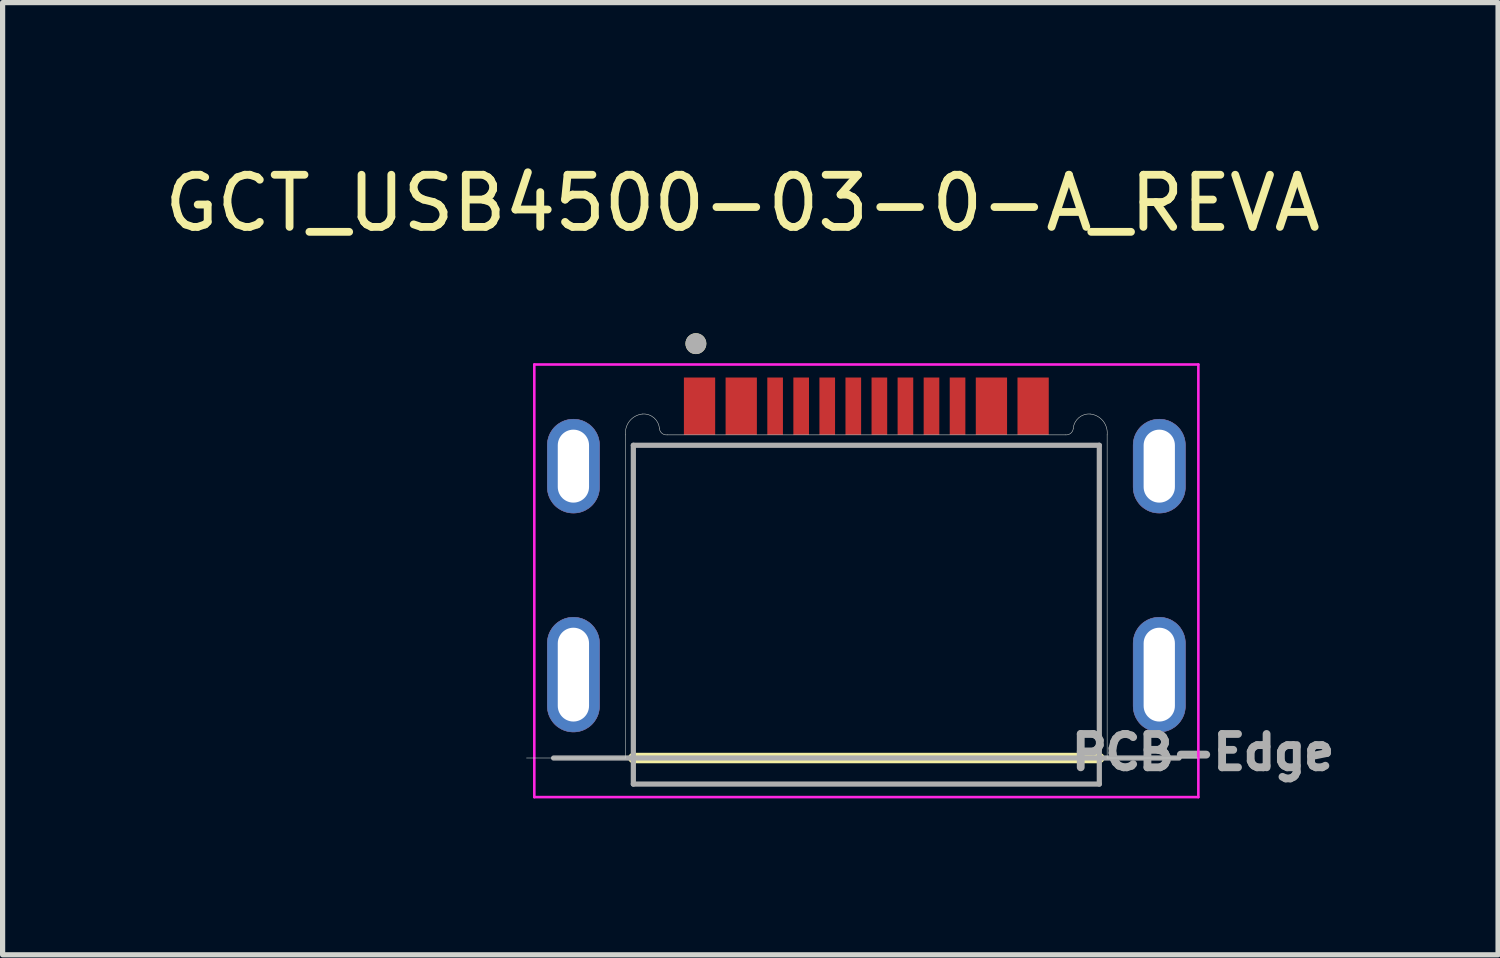
<source format=kicad_pcb>
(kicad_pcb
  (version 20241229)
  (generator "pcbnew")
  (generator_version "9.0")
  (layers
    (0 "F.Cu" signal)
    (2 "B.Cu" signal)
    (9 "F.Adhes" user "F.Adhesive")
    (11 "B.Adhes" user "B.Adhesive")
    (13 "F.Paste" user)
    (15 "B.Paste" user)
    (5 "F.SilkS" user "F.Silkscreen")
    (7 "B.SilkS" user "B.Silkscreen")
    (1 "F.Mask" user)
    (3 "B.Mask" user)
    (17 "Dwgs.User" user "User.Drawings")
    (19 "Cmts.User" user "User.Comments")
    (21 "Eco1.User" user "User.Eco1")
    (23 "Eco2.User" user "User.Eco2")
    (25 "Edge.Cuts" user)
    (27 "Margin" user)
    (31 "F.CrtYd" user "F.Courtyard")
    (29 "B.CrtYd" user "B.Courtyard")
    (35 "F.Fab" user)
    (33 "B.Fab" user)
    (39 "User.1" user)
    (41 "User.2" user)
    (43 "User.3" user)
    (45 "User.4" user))
  (footprint "GCT_USB4500-03-0-A_REVA"
    (layer "F.Cu")
    (at 13.571 9.893)
    (property "Reference" "GCT_USB4500-03-0-A_REVA" (at -2.375 -9.045 0) (layer "F.SilkS") (effects (font (size 1 1) (thickness 0.15))))
    (attr through_hole)
    (fp_poly (pts (xy -5.62 -3.1) (xy -5.646 -3.101) (xy -5.672 -3.103) (xy -5.698 -3.106) (xy -5.724 -3.111) (xy -5.749 -3.117) (xy -5.775 -3.124) (xy -5.799 -3.133) (xy -5.823 -3.143) (xy -5.847 -3.154) (xy -5.87 -3.167) (xy -5.892 -3.181) (xy -5.914 -3.195) (xy -5.935 -3.211) (xy -5.955 -3.228) (xy -5.974 -3.246) (xy -5.992 -3.265) (xy -6.009 -3.285) (xy -6.025 -3.306) (xy -6.039 -3.328) (xy -6.053 -3.35) (xy -6.066 -3.373) (xy -6.077 -3.397) (xy -6.087 -3.421) (xy -6.096 -3.445) (xy -6.103 -3.471) (xy -6.109 -3.496) (xy -6.114 -3.522) (xy -6.117 -3.548) (xy -6.119 -3.574) (xy -6.12 -3.6) (xy -6.12 -4.4) (xy -6.119 -4.426) (xy -6.117 -4.452) (xy -6.114 -4.478) (xy -6.109 -4.504) (xy -6.103 -4.529) (xy -6.096 -4.555) (xy -6.087 -4.579) (xy -6.077 -4.603) (xy -6.066 -4.627) (xy -6.053 -4.65) (xy -6.039 -4.672) (xy -6.025 -4.694) (xy -6.009 -4.715) (xy -5.992 -4.735) (xy -5.974 -4.754) (xy -5.955 -4.772) (xy -5.935 -4.789) (xy -5.914 -4.805) (xy -5.892 -4.819) (xy -5.87 -4.833) (xy -5.847 -4.846) (xy -5.823 -4.857) (xy -5.799 -4.867) (xy -5.775 -4.876) (xy -5.749 -4.883) (xy -5.724 -4.889) (xy -5.698 -4.894) (xy -5.672 -4.897) (xy -5.646 -4.899) (xy -5.62 -4.9) (xy -5.594 -4.899) (xy -5.568 -4.897) (xy -5.542 -4.894) (xy -5.516 -4.889) (xy -5.491 -4.883) (xy -5.465 -4.876) (xy -5.441 -4.867) (xy -5.417 -4.857) (xy -5.393 -4.846) (xy -5.37 -4.833) (xy -5.348 -4.819) (xy -5.326 -4.805) (xy -5.305 -4.789) (xy -5.285 -4.772) (xy -5.266 -4.754) (xy -5.248 -4.735) (xy -5.231 -4.715) (xy -5.215 -4.694) (xy -5.201 -4.672) (xy -5.187 -4.65) (xy -5.174 -4.627) (xy -5.163 -4.603) (xy -5.153 -4.579) (xy -5.144 -4.555) (xy -5.137 -4.529) (xy -5.131 -4.504) (xy -5.126 -4.478) (xy -5.123 -4.452) (xy -5.121 -4.426) (xy -5.12 -4.4) (xy -5.12 -3.6) (xy -5.121 -3.574) (xy -5.123 -3.548) (xy -5.126 -3.522) (xy -5.131 -3.496) (xy -5.137 -3.471) (xy -5.144 -3.445) (xy -5.153 -3.421) (xy -5.163 -3.397) (xy -5.174 -3.373) (xy -5.187 -3.35) (xy -5.201 -3.328) (xy -5.215 -3.306) (xy -5.231 -3.285) (xy -5.248 -3.265) (xy -5.266 -3.246) (xy -5.285 -3.228) (xy -5.305 -3.211) (xy -5.326 -3.195) (xy -5.348 -3.181) (xy -5.37 -3.167) (xy -5.393 -3.154) (xy -5.417 -3.143) (xy -5.441 -3.133) (xy -5.465 -3.124) (xy -5.491 -3.117) (xy -5.516 -3.111) (xy -5.542 -3.106) (xy -5.568 -3.103) (xy -5.594 -3.101) (xy -5.62 -3.1)) (stroke (width 0.01) (type solid)) (fill yes) (layer "F.Cu"))
    (fp_poly (pts (xy -5.62 1.1) (xy -5.646 1.099) (xy -5.672 1.097) (xy -5.698 1.094) (xy -5.724 1.089) (xy -5.749 1.083) (xy -5.775 1.076) (xy -5.799 1.067) (xy -5.823 1.057) (xy -5.847 1.046) (xy -5.87 1.033) (xy -5.892 1.019) (xy -5.914 1.005) (xy -5.935 0.989) (xy -5.955 0.972) (xy -5.974 0.954) (xy -5.992 0.935) (xy -6.009 0.915) (xy -6.025 0.894) (xy -6.039 0.872) (xy -6.053 0.85) (xy -6.066 0.827) (xy -6.077 0.803) (xy -6.087 0.779) (xy -6.096 0.755) (xy -6.103 0.729) (xy -6.109 0.704) (xy -6.114 0.678) (xy -6.117 0.652) (xy -6.119 0.626) (xy -6.12 0.6) (xy -6.12 -0.6) (xy -6.119 -0.626) (xy -6.117 -0.652) (xy -6.114 -0.678) (xy -6.109 -0.704) (xy -6.103 -0.729) (xy -6.096 -0.755) (xy -6.087 -0.779) (xy -6.077 -0.803) (xy -6.066 -0.827) (xy -6.053 -0.85) (xy -6.039 -0.872) (xy -6.025 -0.894) (xy -6.009 -0.915) (xy -5.992 -0.935) (xy -5.974 -0.954) (xy -5.955 -0.972) (xy -5.935 -0.989) (xy -5.914 -1.005) (xy -5.892 -1.019) (xy -5.87 -1.033) (xy -5.847 -1.046) (xy -5.823 -1.057) (xy -5.799 -1.067) (xy -5.775 -1.076) (xy -5.749 -1.083) (xy -5.724 -1.089) (xy -5.698 -1.094) (xy -5.672 -1.097) (xy -5.646 -1.099) (xy -5.62 -1.1) (xy -5.594 -1.099) (xy -5.568 -1.097) (xy -5.542 -1.094) (xy -5.516 -1.089) (xy -5.491 -1.083) (xy -5.465 -1.076) (xy -5.441 -1.067) (xy -5.417 -1.057) (xy -5.393 -1.046) (xy -5.37 -1.033) (xy -5.348 -1.019) (xy -5.326 -1.005) (xy -5.305 -0.989) (xy -5.285 -0.972) (xy -5.266 -0.954) (xy -5.248 -0.935) (xy -5.231 -0.915) (xy -5.215 -0.894) (xy -5.201 -0.872) (xy -5.187 -0.85) (xy -5.174 -0.827) (xy -5.163 -0.803) (xy -5.153 -0.779) (xy -5.144 -0.755) (xy -5.137 -0.729) (xy -5.131 -0.704) (xy -5.126 -0.678) (xy -5.123 -0.652) (xy -5.121 -0.626) (xy -5.12 -0.6) (xy -5.12 0.6) (xy -5.121 0.626) (xy -5.123 0.652) (xy -5.126 0.678) (xy -5.131 0.704) (xy -5.137 0.729) (xy -5.144 0.755) (xy -5.153 0.779) (xy -5.163 0.803) (xy -5.174 0.827) (xy -5.187 0.85) (xy -5.201 0.872) (xy -5.215 0.894) (xy -5.231 0.915) (xy -5.248 0.935) (xy -5.266 0.954) (xy -5.285 0.972) (xy -5.305 0.989) (xy -5.326 1.005) (xy -5.348 1.019) (xy -5.37 1.033) (xy -5.393 1.046) (xy -5.417 1.057) (xy -5.441 1.067) (xy -5.465 1.076) (xy -5.491 1.083) (xy -5.516 1.089) (xy -5.542 1.094) (xy -5.568 1.097) (xy -5.594 1.099) (xy -5.62 1.1)) (stroke (width 0.01) (type solid)) (fill yes) (layer "F.Cu"))
    (fp_poly (pts (xy 5.62 -3.1) (xy 5.594 -3.101) (xy 5.568 -3.103) (xy 5.542 -3.106) (xy 5.516 -3.111) (xy 5.491 -3.117) (xy 5.465 -3.124) (xy 5.441 -3.133) (xy 5.417 -3.143) (xy 5.393 -3.154) (xy 5.37 -3.167) (xy 5.348 -3.181) (xy 5.326 -3.195) (xy 5.305 -3.211) (xy 5.285 -3.228) (xy 5.266 -3.246) (xy 5.248 -3.265) (xy 5.231 -3.285) (xy 5.215 -3.306) (xy 5.201 -3.328) (xy 5.187 -3.35) (xy 5.174 -3.373) (xy 5.163 -3.397) (xy 5.153 -3.421) (xy 5.144 -3.445) (xy 5.137 -3.471) (xy 5.131 -3.496) (xy 5.126 -3.522) (xy 5.123 -3.548) (xy 5.121 -3.574) (xy 5.12 -3.6) (xy 5.12 -4.4) (xy 5.121 -4.426) (xy 5.123 -4.452) (xy 5.126 -4.478) (xy 5.131 -4.504) (xy 5.137 -4.529) (xy 5.144 -4.555) (xy 5.153 -4.579) (xy 5.163 -4.603) (xy 5.174 -4.627) (xy 5.187 -4.65) (xy 5.201 -4.672) (xy 5.215 -4.694) (xy 5.231 -4.715) (xy 5.248 -4.735) (xy 5.266 -4.754) (xy 5.285 -4.772) (xy 5.305 -4.789) (xy 5.326 -4.805) (xy 5.348 -4.819) (xy 5.37 -4.833) (xy 5.393 -4.846) (xy 5.417 -4.857) (xy 5.441 -4.867) (xy 5.465 -4.876) (xy 5.491 -4.883) (xy 5.516 -4.889) (xy 5.542 -4.894) (xy 5.568 -4.897) (xy 5.594 -4.899) (xy 5.62 -4.9) (xy 5.646 -4.899) (xy 5.672 -4.897) (xy 5.698 -4.894) (xy 5.724 -4.889) (xy 5.749 -4.883) (xy 5.775 -4.876) (xy 5.799 -4.867) (xy 5.823 -4.857) (xy 5.847 -4.846) (xy 5.87 -4.833) (xy 5.892 -4.819) (xy 5.914 -4.805) (xy 5.935 -4.789) (xy 5.955 -4.772) (xy 5.974 -4.754) (xy 5.992 -4.735) (xy 6.009 -4.715) (xy 6.025 -4.694) (xy 6.039 -4.672) (xy 6.053 -4.65) (xy 6.066 -4.627) (xy 6.077 -4.603) (xy 6.087 -4.579) (xy 6.096 -4.555) (xy 6.103 -4.529) (xy 6.109 -4.504) (xy 6.114 -4.478) (xy 6.117 -4.452) (xy 6.119 -4.426) (xy 6.12 -4.4) (xy 6.12 -3.6) (xy 6.119 -3.574) (xy 6.117 -3.548) (xy 6.114 -3.522) (xy 6.109 -3.496) (xy 6.103 -3.471) (xy 6.096 -3.445) (xy 6.087 -3.421) (xy 6.077 -3.397) (xy 6.066 -3.373) (xy 6.053 -3.35) (xy 6.039 -3.328) (xy 6.025 -3.306) (xy 6.009 -3.285) (xy 5.992 -3.265) (xy 5.974 -3.246) (xy 5.955 -3.228) (xy 5.935 -3.211) (xy 5.914 -3.195) (xy 5.892 -3.181) (xy 5.87 -3.167) (xy 5.847 -3.154) (xy 5.823 -3.143) (xy 5.799 -3.133) (xy 5.775 -3.124) (xy 5.749 -3.117) (xy 5.724 -3.111) (xy 5.698 -3.106) (xy 5.672 -3.103) (xy 5.646 -3.101) (xy 5.62 -3.1)) (stroke (width 0.01) (type solid)) (fill yes) (layer "F.Cu"))
    (fp_poly (pts (xy 5.62 1.1) (xy 5.594 1.099) (xy 5.568 1.097) (xy 5.542 1.094) (xy 5.516 1.089) (xy 5.491 1.083) (xy 5.465 1.076) (xy 5.441 1.067) (xy 5.417 1.057) (xy 5.393 1.046) (xy 5.37 1.033) (xy 5.348 1.019) (xy 5.326 1.005) (xy 5.305 0.989) (xy 5.285 0.972) (xy 5.266 0.954) (xy 5.248 0.935) (xy 5.231 0.915) (xy 5.215 0.894) (xy 5.201 0.872) (xy 5.187 0.85) (xy 5.174 0.827) (xy 5.163 0.803) (xy 5.153 0.779) (xy 5.144 0.755) (xy 5.137 0.729) (xy 5.131 0.704) (xy 5.126 0.678) (xy 5.123 0.652) (xy 5.121 0.626) (xy 5.12 0.6) (xy 5.12 -0.6) (xy 5.121 -0.626) (xy 5.123 -0.652) (xy 5.126 -0.678) (xy 5.131 -0.704) (xy 5.137 -0.729) (xy 5.144 -0.755) (xy 5.153 -0.779) (xy 5.163 -0.803) (xy 5.174 -0.827) (xy 5.187 -0.85) (xy 5.201 -0.872) (xy 5.215 -0.894) (xy 5.231 -0.915) (xy 5.248 -0.935) (xy 5.266 -0.954) (xy 5.285 -0.972) (xy 5.305 -0.989) (xy 5.326 -1.005) (xy 5.348 -1.019) (xy 5.37 -1.033) (xy 5.393 -1.046) (xy 5.417 -1.057) (xy 5.441 -1.067) (xy 5.465 -1.076) (xy 5.491 -1.083) (xy 5.516 -1.089) (xy 5.542 -1.094) (xy 5.568 -1.097) (xy 5.594 -1.099) (xy 5.62 -1.1) (xy 5.646 -1.099) (xy 5.672 -1.097) (xy 5.698 -1.094) (xy 5.724 -1.089) (xy 5.749 -1.083) (xy 5.775 -1.076) (xy 5.799 -1.067) (xy 5.823 -1.057) (xy 5.847 -1.046) (xy 5.87 -1.033) (xy 5.892 -1.019) (xy 5.914 -1.005) (xy 5.935 -0.989) (xy 5.955 -0.972) (xy 5.974 -0.954) (xy 5.992 -0.935) (xy 6.009 -0.915) (xy 6.025 -0.894) (xy 6.039 -0.872) (xy 6.053 -0.85) (xy 6.066 -0.827) (xy 6.077 -0.803) (xy 6.087 -0.779) (xy 6.096 -0.755) (xy 6.103 -0.729) (xy 6.109 -0.704) (xy 6.114 -0.678) (xy 6.117 -0.652) (xy 6.119 -0.626) (xy 6.12 -0.6) (xy 6.12 0.6) (xy 6.119 0.626) (xy 6.117 0.652) (xy 6.114 0.678) (xy 6.109 0.704) (xy 6.103 0.729) (xy 6.096 0.755) (xy 6.087 0.779) (xy 6.077 0.803) (xy 6.066 0.827) (xy 6.053 0.85) (xy 6.039 0.872) (xy 6.025 0.894) (xy 6.009 0.915) (xy 5.992 0.935) (xy 5.974 0.954) (xy 5.955 0.972) (xy 5.935 0.989) (xy 5.914 1.005) (xy 5.892 1.019) (xy 5.87 1.033) (xy 5.847 1.046) (xy 5.823 1.057) (xy 5.799 1.067) (xy 5.775 1.076) (xy 5.749 1.083) (xy 5.724 1.089) (xy 5.698 1.094) (xy 5.672 1.097) (xy 5.646 1.099) (xy 5.62 1.1)) (stroke (width 0.01) (type solid)) (fill yes) (layer "F.Cu"))
    (fp_poly (pts (xy -6.22 -3.6) (xy -6.22 -4.4) (xy -6.219 -4.431) (xy -6.217 -4.463) (xy -6.213 -4.494) (xy -6.207 -4.525) (xy -6.2 -4.555) (xy -6.191 -4.585) (xy -6.18 -4.615) (xy -6.168 -4.644) (xy -6.155 -4.672) (xy -6.14 -4.7) (xy -6.123 -4.727) (xy -6.105 -4.753) (xy -6.086 -4.778) (xy -6.066 -4.801) (xy -6.044 -4.824) (xy -6.021 -4.846) (xy -5.998 -4.866) (xy -5.973 -4.885) (xy -5.947 -4.903) (xy -5.92 -4.92) (xy -5.892 -4.935) (xy -5.864 -4.948) (xy -5.835 -4.96) (xy -5.805 -4.971) (xy -5.775 -4.98) (xy -5.745 -4.987) (xy -5.714 -4.993) (xy -5.683 -4.997) (xy -5.651 -4.999) (xy -5.62 -5) (xy -5.589 -4.999) (xy -5.557 -4.997) (xy -5.526 -4.993) (xy -5.495 -4.987) (xy -5.465 -4.98) (xy -5.435 -4.971) (xy -5.405 -4.96) (xy -5.376 -4.948) (xy -5.348 -4.935) (xy -5.32 -4.92) (xy -5.293 -4.903) (xy -5.267 -4.885) (xy -5.242 -4.866) (xy -5.219 -4.846) (xy -5.196 -4.824) (xy -5.174 -4.801) (xy -5.154 -4.778) (xy -5.135 -4.753) (xy -5.117 -4.727) (xy -5.1 -4.7) (xy -5.085 -4.672) (xy -5.072 -4.644) (xy -5.06 -4.615) (xy -5.049 -4.585) (xy -5.04 -4.555) (xy -5.033 -4.525) (xy -5.027 -4.494) (xy -5.023 -4.463) (xy -5.021 -4.431) (xy -5.02 -4.4) (xy -5.02 -3.6) (xy -5.021 -3.569) (xy -5.023 -3.537) (xy -5.027 -3.506) (xy -5.033 -3.475) (xy -5.04 -3.445) (xy -5.049 -3.415) (xy -5.06 -3.385) (xy -5.072 -3.356) (xy -5.085 -3.328) (xy -5.1 -3.3) (xy -5.117 -3.273) (xy -5.135 -3.247) (xy -5.154 -3.222) (xy -5.174 -3.199) (xy -5.196 -3.176) (xy -5.219 -3.154) (xy -5.242 -3.134) (xy -5.267 -3.115) (xy -5.293 -3.097) (xy -5.32 -3.08) (xy -5.348 -3.065) (xy -5.376 -3.052) (xy -5.405 -3.04) (xy -5.435 -3.029) (xy -5.465 -3.02) (xy -5.495 -3.013) (xy -5.526 -3.007) (xy -5.557 -3.003) (xy -5.589 -3.001) (xy -5.62 -3) (xy -5.651 -3.001) (xy -5.683 -3.003) (xy -5.714 -3.007) (xy -5.745 -3.013) (xy -5.775 -3.02) (xy -5.805 -3.029) (xy -5.835 -3.04) (xy -5.864 -3.052) (xy -5.892 -3.065) (xy -5.92 -3.08) (xy -5.947 -3.097) (xy -5.973 -3.115) (xy -5.998 -3.134) (xy -6.021 -3.154) (xy -6.044 -3.176) (xy -6.066 -3.199) (xy -6.086 -3.222) (xy -6.105 -3.247) (xy -6.123 -3.273) (xy -6.14 -3.3) (xy -6.155 -3.328) (xy -6.168 -3.356) (xy -6.18 -3.385) (xy -6.191 -3.415) (xy -6.2 -3.445) (xy -6.207 -3.475) (xy -6.213 -3.506) (xy -6.217 -3.537) (xy -6.219 -3.569) (xy -6.22 -3.6)) (stroke (width 0.01) (type solid)) (fill yes) (layer "F.Mask"))
    (fp_poly (pts (xy -6.22 0.6) (xy -6.22 -0.6) (xy -6.219 -0.631) (xy -6.217 -0.663) (xy -6.213 -0.694) (xy -6.207 -0.725) (xy -6.2 -0.755) (xy -6.191 -0.785) (xy -6.18 -0.815) (xy -6.168 -0.844) (xy -6.155 -0.872) (xy -6.14 -0.9) (xy -6.123 -0.927) (xy -6.105 -0.953) (xy -6.086 -0.978) (xy -6.066 -1.001) (xy -6.044 -1.024) (xy -6.021 -1.046) (xy -5.998 -1.066) (xy -5.973 -1.085) (xy -5.947 -1.103) (xy -5.92 -1.12) (xy -5.892 -1.135) (xy -5.864 -1.148) (xy -5.835 -1.16) (xy -5.805 -1.171) (xy -5.775 -1.18) (xy -5.745 -1.187) (xy -5.714 -1.193) (xy -5.683 -1.197) (xy -5.651 -1.199) (xy -5.62 -1.2) (xy -5.589 -1.199) (xy -5.557 -1.197) (xy -5.526 -1.193) (xy -5.495 -1.187) (xy -5.465 -1.18) (xy -5.435 -1.171) (xy -5.405 -1.16) (xy -5.376 -1.148) (xy -5.348 -1.135) (xy -5.32 -1.12) (xy -5.293 -1.103) (xy -5.267 -1.085) (xy -5.242 -1.066) (xy -5.219 -1.046) (xy -5.196 -1.024) (xy -5.174 -1.001) (xy -5.154 -0.978) (xy -5.135 -0.953) (xy -5.117 -0.927) (xy -5.1 -0.9) (xy -5.085 -0.872) (xy -5.072 -0.844) (xy -5.06 -0.815) (xy -5.049 -0.785) (xy -5.04 -0.755) (xy -5.033 -0.725) (xy -5.027 -0.694) (xy -5.023 -0.663) (xy -5.021 -0.631) (xy -5.02 -0.6) (xy -5.02 0.6) (xy -5.021 0.631) (xy -5.023 0.663) (xy -5.027 0.694) (xy -5.033 0.725) (xy -5.04 0.755) (xy -5.049 0.785) (xy -5.06 0.815) (xy -5.072 0.844) (xy -5.085 0.872) (xy -5.1 0.9) (xy -5.117 0.927) (xy -5.135 0.953) (xy -5.154 0.978) (xy -5.174 1.001) (xy -5.196 1.024) (xy -5.219 1.046) (xy -5.242 1.066) (xy -5.267 1.085) (xy -5.293 1.103) (xy -5.32 1.12) (xy -5.348 1.135) (xy -5.376 1.148) (xy -5.405 1.16) (xy -5.435 1.171) (xy -5.465 1.18) (xy -5.495 1.187) (xy -5.526 1.193) (xy -5.557 1.197) (xy -5.589 1.199) (xy -5.62 1.2) (xy -5.651 1.199) (xy -5.683 1.197) (xy -5.714 1.193) (xy -5.745 1.187) (xy -5.775 1.18) (xy -5.805 1.171) (xy -5.835 1.16) (xy -5.864 1.148) (xy -5.892 1.135) (xy -5.92 1.12) (xy -5.947 1.103) (xy -5.973 1.085) (xy -5.998 1.066) (xy -6.021 1.046) (xy -6.044 1.024) (xy -6.066 1.001) (xy -6.086 0.978) (xy -6.105 0.953) (xy -6.123 0.927) (xy -6.14 0.9) (xy -6.155 0.872) (xy -6.168 0.844) (xy -6.18 0.815) (xy -6.191 0.785) (xy -6.2 0.755) (xy -6.207 0.725) (xy -6.213 0.694) (xy -6.217 0.663) (xy -6.219 0.631) (xy -6.22 0.6)) (stroke (width 0.01) (type solid)) (fill yes) (layer "F.Mask"))
    (fp_poly (pts (xy 5.02 -3.6) (xy 5.02 -4.4) (xy 5.021 -4.431) (xy 5.023 -4.463) (xy 5.027 -4.494) (xy 5.033 -4.525) (xy 5.04 -4.555) (xy 5.049 -4.585) (xy 5.06 -4.615) (xy 5.072 -4.644) (xy 5.085 -4.672) (xy 5.1 -4.7) (xy 5.117 -4.727) (xy 5.135 -4.753) (xy 5.154 -4.778) (xy 5.174 -4.801) (xy 5.196 -4.824) (xy 5.219 -4.846) (xy 5.242 -4.866) (xy 5.267 -4.885) (xy 5.293 -4.903) (xy 5.32 -4.92) (xy 5.348 -4.935) (xy 5.376 -4.948) (xy 5.405 -4.96) (xy 5.435 -4.971) (xy 5.465 -4.98) (xy 5.495 -4.987) (xy 5.526 -4.993) (xy 5.557 -4.997) (xy 5.589 -4.999) (xy 5.62 -5) (xy 5.651 -4.999) (xy 5.683 -4.997) (xy 5.714 -4.993) (xy 5.745 -4.987) (xy 5.775 -4.98) (xy 5.805 -4.971) (xy 5.835 -4.96) (xy 5.864 -4.948) (xy 5.892 -4.935) (xy 5.92 -4.92) (xy 5.947 -4.903) (xy 5.973 -4.885) (xy 5.998 -4.866) (xy 6.021 -4.846) (xy 6.044 -4.824) (xy 6.066 -4.801) (xy 6.086 -4.778) (xy 6.105 -4.753) (xy 6.123 -4.727) (xy 6.14 -4.7) (xy 6.155 -4.672) (xy 6.168 -4.644) (xy 6.18 -4.615) (xy 6.191 -4.585) (xy 6.2 -4.555) (xy 6.207 -4.525) (xy 6.213 -4.494) (xy 6.217 -4.463) (xy 6.219 -4.431) (xy 6.22 -4.4) (xy 6.22 -3.6) (xy 6.219 -3.569) (xy 6.217 -3.537) (xy 6.213 -3.506) (xy 6.207 -3.475) (xy 6.2 -3.445) (xy 6.191 -3.415) (xy 6.18 -3.385) (xy 6.168 -3.356) (xy 6.155 -3.328) (xy 6.14 -3.3) (xy 6.123 -3.273) (xy 6.105 -3.247) (xy 6.086 -3.222) (xy 6.066 -3.199) (xy 6.044 -3.176) (xy 6.021 -3.154) (xy 5.998 -3.134) (xy 5.973 -3.115) (xy 5.947 -3.097) (xy 5.92 -3.08) (xy 5.892 -3.065) (xy 5.864 -3.052) (xy 5.835 -3.04) (xy 5.805 -3.029) (xy 5.775 -3.02) (xy 5.745 -3.013) (xy 5.714 -3.007) (xy 5.683 -3.003) (xy 5.651 -3.001) (xy 5.62 -3) (xy 5.589 -3.001) (xy 5.557 -3.003) (xy 5.526 -3.007) (xy 5.495 -3.013) (xy 5.465 -3.02) (xy 5.435 -3.029) (xy 5.405 -3.04) (xy 5.376 -3.052) (xy 5.348 -3.065) (xy 5.32 -3.08) (xy 5.293 -3.097) (xy 5.267 -3.115) (xy 5.242 -3.134) (xy 5.219 -3.154) (xy 5.196 -3.176) (xy 5.174 -3.199) (xy 5.154 -3.222) (xy 5.135 -3.247) (xy 5.117 -3.273) (xy 5.1 -3.3) (xy 5.085 -3.328) (xy 5.072 -3.356) (xy 5.06 -3.385) (xy 5.049 -3.415) (xy 5.04 -3.445) (xy 5.033 -3.475) (xy 5.027 -3.506) (xy 5.023 -3.537) (xy 5.021 -3.569) (xy 5.02 -3.6)) (stroke (width 0.01) (type solid)) (fill yes) (layer "F.Mask"))
    (fp_poly (pts (xy 5.02 0) (xy 5.02 -0.6) (xy 5.021 -0.631) (xy 5.023 -0.663) (xy 5.027 -0.694) (xy 5.033 -0.725) (xy 5.04 -0.755) (xy 5.049 -0.785) (xy 5.06 -0.815) (xy 5.072 -0.844) (xy 5.085 -0.872) (xy 5.1 -0.9) (xy 5.117 -0.927) (xy 5.135 -0.953) (xy 5.154 -0.978) (xy 5.174 -1.001) (xy 5.196 -1.024) (xy 5.219 -1.046) (xy 5.242 -1.066) (xy 5.267 -1.085) (xy 5.293 -1.103) (xy 5.32 -1.12) (xy 5.348 -1.135) (xy 5.376 -1.148) (xy 5.405 -1.16) (xy 5.435 -1.171) (xy 5.465 -1.18) (xy 5.495 -1.187) (xy 5.526 -1.193) (xy 5.557 -1.197) (xy 5.589 -1.199) (xy 5.62 -1.2) (xy 5.651 -1.199) (xy 5.683 -1.197) (xy 5.714 -1.193) (xy 5.745 -1.187) (xy 5.775 -1.18) (xy 5.805 -1.171) (xy 5.835 -1.16) (xy 5.864 -1.148) (xy 5.892 -1.135) (xy 5.92 -1.12) (xy 5.947 -1.103) (xy 5.973 -1.085) (xy 5.998 -1.066) (xy 6.021 -1.046) (xy 6.044 -1.024) (xy 6.066 -1.001) (xy 6.086 -0.978) (xy 6.105 -0.953) (xy 6.123 -0.927) (xy 6.14 -0.9) (xy 6.155 -0.872) (xy 6.168 -0.844) (xy 6.18 -0.815) (xy 6.191 -0.785) (xy 6.2 -0.755) (xy 6.207 -0.725) (xy 6.213 -0.694) (xy 6.217 -0.663) (xy 6.219 -0.631) (xy 6.22 -0.6) (xy 6.22 0) (xy 6.22 0.6) (xy 6.219 0.631) (xy 6.217 0.663) (xy 6.213 0.694) (xy 6.207 0.725) (xy 6.2 0.755) (xy 6.191 0.785) (xy 6.18 0.815) (xy 6.168 0.844) (xy 6.155 0.872) (xy 6.14 0.9) (xy 6.123 0.927) (xy 6.105 0.953) (xy 6.086 0.978) (xy 6.066 1.001) (xy 6.044 1.024) (xy 6.021 1.046) (xy 5.998 1.066) (xy 5.973 1.085) (xy 5.947 1.103) (xy 5.92 1.12) (xy 5.892 1.135) (xy 5.864 1.148) (xy 5.835 1.16) (xy 5.805 1.171) (xy 5.775 1.18) (xy 5.745 1.187) (xy 5.714 1.193) (xy 5.683 1.197) (xy 5.651 1.199) (xy 5.62 1.2) (xy 5.589 1.199) (xy 5.557 1.197) (xy 5.526 1.193) (xy 5.495 1.187) (xy 5.465 1.18) (xy 5.435 1.171) (xy 5.405 1.16) (xy 5.376 1.148) (xy 5.348 1.135) (xy 5.32 1.12) (xy 5.293 1.103) (xy 5.267 1.085) (xy 5.242 1.066) (xy 5.219 1.046) (xy 5.196 1.024) (xy 5.174 1.001) (xy 5.154 0.978) (xy 5.135 0.953) (xy 5.117 0.927) (xy 5.1 0.9) (xy 5.085 0.872) (xy 5.072 0.844) (xy 5.06 0.815) (xy 5.049 0.785) (xy 5.04 0.755) (xy 5.033 0.725) (xy 5.027 0.694) (xy 5.023 0.663) (xy 5.021 0.631) (xy 5.02 0.6) (xy 5.02 0)) (stroke (width 0.01) (type solid)) (fill yes) (layer "F.Mask"))
    (fp_poly (pts (xy -5.62 -3.1) (xy -5.646 -3.101) (xy -5.672 -3.103) (xy -5.698 -3.106) (xy -5.724 -3.111) (xy -5.749 -3.117) (xy -5.775 -3.124) (xy -5.799 -3.133) (xy -5.823 -3.143) (xy -5.847 -3.154) (xy -5.87 -3.167) (xy -5.892 -3.181) (xy -5.914 -3.195) (xy -5.935 -3.211) (xy -5.955 -3.228) (xy -5.974 -3.246) (xy -5.992 -3.265) (xy -6.009 -3.285) (xy -6.025 -3.306) (xy -6.039 -3.328) (xy -6.053 -3.35) (xy -6.066 -3.373) (xy -6.077 -3.397) (xy -6.087 -3.421) (xy -6.096 -3.445) (xy -6.103 -3.471) (xy -6.109 -3.496) (xy -6.114 -3.522) (xy -6.117 -3.548) (xy -6.119 -3.574) (xy -6.12 -3.6) (xy -6.12 -4.4) (xy -6.119 -4.426) (xy -6.117 -4.452) (xy -6.114 -4.478) (xy -6.109 -4.504) (xy -6.103 -4.529) (xy -6.096 -4.555) (xy -6.087 -4.579) (xy -6.077 -4.603) (xy -6.066 -4.627) (xy -6.053 -4.65) (xy -6.039 -4.672) (xy -6.025 -4.694) (xy -6.009 -4.715) (xy -5.992 -4.735) (xy -5.974 -4.754) (xy -5.955 -4.772) (xy -5.935 -4.789) (xy -5.914 -4.805) (xy -5.892 -4.819) (xy -5.87 -4.833) (xy -5.847 -4.846) (xy -5.823 -4.857) (xy -5.799 -4.867) (xy -5.775 -4.876) (xy -5.749 -4.883) (xy -5.724 -4.889) (xy -5.698 -4.894) (xy -5.672 -4.897) (xy -5.646 -4.899) (xy -5.62 -4.9) (xy -5.594 -4.899) (xy -5.568 -4.897) (xy -5.542 -4.894) (xy -5.516 -4.889) (xy -5.491 -4.883) (xy -5.465 -4.876) (xy -5.441 -4.867) (xy -5.417 -4.857) (xy -5.393 -4.846) (xy -5.37 -4.833) (xy -5.348 -4.819) (xy -5.326 -4.805) (xy -5.305 -4.789) (xy -5.285 -4.772) (xy -5.266 -4.754) (xy -5.248 -4.735) (xy -5.231 -4.715) (xy -5.215 -4.694) (xy -5.201 -4.672) (xy -5.187 -4.65) (xy -5.174 -4.627) (xy -5.163 -4.603) (xy -5.153 -4.579) (xy -5.144 -4.555) (xy -5.137 -4.529) (xy -5.131 -4.504) (xy -5.126 -4.478) (xy -5.123 -4.452) (xy -5.121 -4.426) (xy -5.12 -4.4) (xy -5.12 -3.6) (xy -5.121 -3.574) (xy -5.123 -3.548) (xy -5.126 -3.522) (xy -5.131 -3.496) (xy -5.137 -3.471) (xy -5.144 -3.445) (xy -5.153 -3.421) (xy -5.163 -3.397) (xy -5.174 -3.373) (xy -5.187 -3.35) (xy -5.201 -3.328) (xy -5.215 -3.306) (xy -5.231 -3.285) (xy -5.248 -3.265) (xy -5.266 -3.246) (xy -5.285 -3.228) (xy -5.305 -3.211) (xy -5.326 -3.195) (xy -5.348 -3.181) (xy -5.37 -3.167) (xy -5.393 -3.154) (xy -5.417 -3.143) (xy -5.441 -3.133) (xy -5.465 -3.124) (xy -5.491 -3.117) (xy -5.516 -3.111) (xy -5.542 -3.106) (xy -5.568 -3.103) (xy -5.594 -3.101) (xy -5.62 -3.1)) (stroke (width 0.01) (type solid)) (fill yes) (layer "B.Cu"))
    (fp_poly (pts (xy -5.62 1.1) (xy -5.646 1.099) (xy -5.672 1.097) (xy -5.698 1.094) (xy -5.724 1.089) (xy -5.749 1.083) (xy -5.775 1.076) (xy -5.799 1.067) (xy -5.823 1.057) (xy -5.847 1.046) (xy -5.87 1.033) (xy -5.892 1.019) (xy -5.914 1.005) (xy -5.935 0.989) (xy -5.955 0.972) (xy -5.974 0.954) (xy -5.992 0.935) (xy -6.009 0.915) (xy -6.025 0.894) (xy -6.039 0.872) (xy -6.053 0.85) (xy -6.066 0.827) (xy -6.077 0.803) (xy -6.087 0.779) (xy -6.096 0.755) (xy -6.103 0.729) (xy -6.109 0.704) (xy -6.114 0.678) (xy -6.117 0.652) (xy -6.119 0.626) (xy -6.12 0.6) (xy -6.12 -0.6) (xy -6.119 -0.626) (xy -6.117 -0.652) (xy -6.114 -0.678) (xy -6.109 -0.704) (xy -6.103 -0.729) (xy -6.096 -0.755) (xy -6.087 -0.779) (xy -6.077 -0.803) (xy -6.066 -0.827) (xy -6.053 -0.85) (xy -6.039 -0.872) (xy -6.025 -0.894) (xy -6.009 -0.915) (xy -5.992 -0.935) (xy -5.974 -0.954) (xy -5.955 -0.972) (xy -5.935 -0.989) (xy -5.914 -1.005) (xy -5.892 -1.019) (xy -5.87 -1.033) (xy -5.847 -1.046) (xy -5.823 -1.057) (xy -5.799 -1.067) (xy -5.775 -1.076) (xy -5.749 -1.083) (xy -5.724 -1.089) (xy -5.698 -1.094) (xy -5.672 -1.097) (xy -5.646 -1.099) (xy -5.62 -1.1) (xy -5.594 -1.099) (xy -5.568 -1.097) (xy -5.542 -1.094) (xy -5.516 -1.089) (xy -5.491 -1.083) (xy -5.465 -1.076) (xy -5.441 -1.067) (xy -5.417 -1.057) (xy -5.393 -1.046) (xy -5.37 -1.033) (xy -5.348 -1.019) (xy -5.326 -1.005) (xy -5.305 -0.989) (xy -5.285 -0.972) (xy -5.266 -0.954) (xy -5.248 -0.935) (xy -5.231 -0.915) (xy -5.215 -0.894) (xy -5.201 -0.872) (xy -5.187 -0.85) (xy -5.174 -0.827) (xy -5.163 -0.803) (xy -5.153 -0.779) (xy -5.144 -0.755) (xy -5.137 -0.729) (xy -5.131 -0.704) (xy -5.126 -0.678) (xy -5.123 -0.652) (xy -5.121 -0.626) (xy -5.12 -0.6) (xy -5.12 0.6) (xy -5.121 0.626) (xy -5.123 0.652) (xy -5.126 0.678) (xy -5.131 0.704) (xy -5.137 0.729) (xy -5.144 0.755) (xy -5.153 0.779) (xy -5.163 0.803) (xy -5.174 0.827) (xy -5.187 0.85) (xy -5.201 0.872) (xy -5.215 0.894) (xy -5.231 0.915) (xy -5.248 0.935) (xy -5.266 0.954) (xy -5.285 0.972) (xy -5.305 0.989) (xy -5.326 1.005) (xy -5.348 1.019) (xy -5.37 1.033) (xy -5.393 1.046) (xy -5.417 1.057) (xy -5.441 1.067) (xy -5.465 1.076) (xy -5.491 1.083) (xy -5.516 1.089) (xy -5.542 1.094) (xy -5.568 1.097) (xy -5.594 1.099) (xy -5.62 1.1)) (stroke (width 0.01) (type solid)) (fill yes) (layer "B.Cu"))
    (fp_poly (pts (xy 5.62 -3.1) (xy 5.594 -3.101) (xy 5.568 -3.103) (xy 5.542 -3.106) (xy 5.516 -3.111) (xy 5.491 -3.117) (xy 5.465 -3.124) (xy 5.441 -3.133) (xy 5.417 -3.143) (xy 5.393 -3.154) (xy 5.37 -3.167) (xy 5.348 -3.181) (xy 5.326 -3.195) (xy 5.305 -3.211) (xy 5.285 -3.228) (xy 5.266 -3.246) (xy 5.248 -3.265) (xy 5.231 -3.285) (xy 5.215 -3.306) (xy 5.201 -3.328) (xy 5.187 -3.35) (xy 5.174 -3.373) (xy 5.163 -3.397) (xy 5.153 -3.421) (xy 5.144 -3.445) (xy 5.137 -3.471) (xy 5.131 -3.496) (xy 5.126 -3.522) (xy 5.123 -3.548) (xy 5.121 -3.574) (xy 5.12 -3.6) (xy 5.12 -4.4) (xy 5.121 -4.426) (xy 5.123 -4.452) (xy 5.126 -4.478) (xy 5.131 -4.504) (xy 5.137 -4.529) (xy 5.144 -4.555) (xy 5.153 -4.579) (xy 5.163 -4.603) (xy 5.174 -4.627) (xy 5.187 -4.65) (xy 5.201 -4.672) (xy 5.215 -4.694) (xy 5.231 -4.715) (xy 5.248 -4.735) (xy 5.266 -4.754) (xy 5.285 -4.772) (xy 5.305 -4.789) (xy 5.326 -4.805) (xy 5.348 -4.819) (xy 5.37 -4.833) (xy 5.393 -4.846) (xy 5.417 -4.857) (xy 5.441 -4.867) (xy 5.465 -4.876) (xy 5.491 -4.883) (xy 5.516 -4.889) (xy 5.542 -4.894) (xy 5.568 -4.897) (xy 5.594 -4.899) (xy 5.62 -4.9) (xy 5.646 -4.899) (xy 5.672 -4.897) (xy 5.698 -4.894) (xy 5.724 -4.889) (xy 5.749 -4.883) (xy 5.775 -4.876) (xy 5.799 -4.867) (xy 5.823 -4.857) (xy 5.847 -4.846) (xy 5.87 -4.833) (xy 5.892 -4.819) (xy 5.914 -4.805) (xy 5.935 -4.789) (xy 5.955 -4.772) (xy 5.974 -4.754) (xy 5.992 -4.735) (xy 6.009 -4.715) (xy 6.025 -4.694) (xy 6.039 -4.672) (xy 6.053 -4.65) (xy 6.066 -4.627) (xy 6.077 -4.603) (xy 6.087 -4.579) (xy 6.096 -4.555) (xy 6.103 -4.529) (xy 6.109 -4.504) (xy 6.114 -4.478) (xy 6.117 -4.452) (xy 6.119 -4.426) (xy 6.12 -4.4) (xy 6.12 -3.6) (xy 6.119 -3.574) (xy 6.117 -3.548) (xy 6.114 -3.522) (xy 6.109 -3.496) (xy 6.103 -3.471) (xy 6.096 -3.445) (xy 6.087 -3.421) (xy 6.077 -3.397) (xy 6.066 -3.373) (xy 6.053 -3.35) (xy 6.039 -3.328) (xy 6.025 -3.306) (xy 6.009 -3.285) (xy 5.992 -3.265) (xy 5.974 -3.246) (xy 5.955 -3.228) (xy 5.935 -3.211) (xy 5.914 -3.195) (xy 5.892 -3.181) (xy 5.87 -3.167) (xy 5.847 -3.154) (xy 5.823 -3.143) (xy 5.799 -3.133) (xy 5.775 -3.124) (xy 5.749 -3.117) (xy 5.724 -3.111) (xy 5.698 -3.106) (xy 5.672 -3.103) (xy 5.646 -3.101) (xy 5.62 -3.1)) (stroke (width 0.01) (type solid)) (fill yes) (layer "B.Cu"))
    (fp_poly (pts (xy 5.62 1.1) (xy 5.594 1.099) (xy 5.568 1.097) (xy 5.542 1.094) (xy 5.516 1.089) (xy 5.491 1.083) (xy 5.465 1.076) (xy 5.441 1.067) (xy 5.417 1.057) (xy 5.393 1.046) (xy 5.37 1.033) (xy 5.348 1.019) (xy 5.326 1.005) (xy 5.305 0.989) (xy 5.285 0.972) (xy 5.266 0.954) (xy 5.248 0.935) (xy 5.231 0.915) (xy 5.215 0.894) (xy 5.201 0.872) (xy 5.187 0.85) (xy 5.174 0.827) (xy 5.163 0.803) (xy 5.153 0.779) (xy 5.144 0.755) (xy 5.137 0.729) (xy 5.131 0.704) (xy 5.126 0.678) (xy 5.123 0.652) (xy 5.121 0.626) (xy 5.12 0.6) (xy 5.12 -0.6) (xy 5.121 -0.626) (xy 5.123 -0.652) (xy 5.126 -0.678) (xy 5.131 -0.704) (xy 5.137 -0.729) (xy 5.144 -0.755) (xy 5.153 -0.779) (xy 5.163 -0.803) (xy 5.174 -0.827) (xy 5.187 -0.85) (xy 5.201 -0.872) (xy 5.215 -0.894) (xy 5.231 -0.915) (xy 5.248 -0.935) (xy 5.266 -0.954) (xy 5.285 -0.972) (xy 5.305 -0.989) (xy 5.326 -1.005) (xy 5.348 -1.019) (xy 5.37 -1.033) (xy 5.393 -1.046) (xy 5.417 -1.057) (xy 5.441 -1.067) (xy 5.465 -1.076) (xy 5.491 -1.083) (xy 5.516 -1.089) (xy 5.542 -1.094) (xy 5.568 -1.097) (xy 5.594 -1.099) (xy 5.62 -1.1) (xy 5.646 -1.099) (xy 5.672 -1.097) (xy 5.698 -1.094) (xy 5.724 -1.089) (xy 5.749 -1.083) (xy 5.775 -1.076) (xy 5.799 -1.067) (xy 5.823 -1.057) (xy 5.847 -1.046) (xy 5.87 -1.033) (xy 5.892 -1.019) (xy 5.914 -1.005) (xy 5.935 -0.989) (xy 5.955 -0.972) (xy 5.974 -0.954) (xy 5.992 -0.935) (xy 6.009 -0.915) (xy 6.025 -0.894) (xy 6.039 -0.872) (xy 6.053 -0.85) (xy 6.066 -0.827) (xy 6.077 -0.803) (xy 6.087 -0.779) (xy 6.096 -0.755) (xy 6.103 -0.729) (xy 6.109 -0.704) (xy 6.114 -0.678) (xy 6.117 -0.652) (xy 6.119 -0.626) (xy 6.12 -0.6) (xy 6.12 0.6) (xy 6.119 0.626) (xy 6.117 0.652) (xy 6.114 0.678) (xy 6.109 0.704) (xy 6.103 0.729) (xy 6.096 0.755) (xy 6.087 0.779) (xy 6.077 0.803) (xy 6.066 0.827) (xy 6.053 0.85) (xy 6.039 0.872) (xy 6.025 0.894) (xy 6.009 0.915) (xy 5.992 0.935) (xy 5.974 0.954) (xy 5.955 0.972) (xy 5.935 0.989) (xy 5.914 1.005) (xy 5.892 1.019) (xy 5.87 1.033) (xy 5.847 1.046) (xy 5.823 1.057) (xy 5.799 1.067) (xy 5.775 1.076) (xy 5.749 1.083) (xy 5.724 1.089) (xy 5.698 1.094) (xy 5.672 1.097) (xy 5.646 1.099) (xy 5.62 1.1)) (stroke (width 0.01) (type solid)) (fill yes) (layer "B.Cu"))
    (fp_poly (pts (xy -6.22 -3.6) (xy -6.22 -4.4) (xy -6.219 -4.431) (xy -6.217 -4.463) (xy -6.213 -4.494) (xy -6.207 -4.525) (xy -6.2 -4.555) (xy -6.191 -4.585) (xy -6.18 -4.615) (xy -6.168 -4.644) (xy -6.155 -4.672) (xy -6.14 -4.7) (xy -6.123 -4.727) (xy -6.105 -4.753) (xy -6.086 -4.778) (xy -6.066 -4.801) (xy -6.044 -4.824) (xy -6.021 -4.846) (xy -5.998 -4.866) (xy -5.973 -4.885) (xy -5.947 -4.903) (xy -5.92 -4.92) (xy -5.892 -4.935) (xy -5.864 -4.948) (xy -5.835 -4.96) (xy -5.805 -4.971) (xy -5.775 -4.98) (xy -5.745 -4.987) (xy -5.714 -4.993) (xy -5.683 -4.997) (xy -5.651 -4.999) (xy -5.62 -5) (xy -5.589 -4.999) (xy -5.557 -4.997) (xy -5.526 -4.993) (xy -5.495 -4.987) (xy -5.465 -4.98) (xy -5.435 -4.971) (xy -5.405 -4.96) (xy -5.376 -4.948) (xy -5.348 -4.935) (xy -5.32 -4.92) (xy -5.293 -4.903) (xy -5.267 -4.885) (xy -5.242 -4.866) (xy -5.219 -4.846) (xy -5.196 -4.824) (xy -5.174 -4.801) (xy -5.154 -4.778) (xy -5.135 -4.753) (xy -5.117 -4.727) (xy -5.1 -4.7) (xy -5.085 -4.672) (xy -5.072 -4.644) (xy -5.06 -4.615) (xy -5.049 -4.585) (xy -5.04 -4.555) (xy -5.033 -4.525) (xy -5.027 -4.494) (xy -5.023 -4.463) (xy -5.021 -4.431) (xy -5.02 -4.4) (xy -5.02 -3.6) (xy -5.021 -3.569) (xy -5.023 -3.537) (xy -5.027 -3.506) (xy -5.033 -3.475) (xy -5.04 -3.445) (xy -5.049 -3.415) (xy -5.06 -3.385) (xy -5.072 -3.356) (xy -5.085 -3.328) (xy -5.1 -3.3) (xy -5.117 -3.273) (xy -5.135 -3.247) (xy -5.154 -3.222) (xy -5.174 -3.199) (xy -5.196 -3.176) (xy -5.219 -3.154) (xy -5.242 -3.134) (xy -5.267 -3.115) (xy -5.293 -3.097) (xy -5.32 -3.08) (xy -5.348 -3.065) (xy -5.376 -3.052) (xy -5.405 -3.04) (xy -5.435 -3.029) (xy -5.465 -3.02) (xy -5.495 -3.013) (xy -5.526 -3.007) (xy -5.557 -3.003) (xy -5.589 -3.001) (xy -5.62 -3) (xy -5.651 -3.001) (xy -5.683 -3.003) (xy -5.714 -3.007) (xy -5.745 -3.013) (xy -5.775 -3.02) (xy -5.805 -3.029) (xy -5.835 -3.04) (xy -5.864 -3.052) (xy -5.892 -3.065) (xy -5.92 -3.08) (xy -5.947 -3.097) (xy -5.973 -3.115) (xy -5.998 -3.134) (xy -6.021 -3.154) (xy -6.044 -3.176) (xy -6.066 -3.199) (xy -6.086 -3.222) (xy -6.105 -3.247) (xy -6.123 -3.273) (xy -6.14 -3.3) (xy -6.155 -3.328) (xy -6.168 -3.356) (xy -6.18 -3.385) (xy -6.191 -3.415) (xy -6.2 -3.445) (xy -6.207 -3.475) (xy -6.213 -3.506) (xy -6.217 -3.537) (xy -6.219 -3.569) (xy -6.22 -3.6)) (stroke (width 0.01) (type solid)) (fill yes) (layer "B.Mask"))
    (fp_poly (pts (xy -6.22 0.6) (xy -6.22 -0.6) (xy -6.219 -0.631) (xy -6.217 -0.663) (xy -6.213 -0.694) (xy -6.207 -0.725) (xy -6.2 -0.755) (xy -6.191 -0.785) (xy -6.18 -0.815) (xy -6.168 -0.844) (xy -6.155 -0.872) (xy -6.14 -0.9) (xy -6.123 -0.927) (xy -6.105 -0.953) (xy -6.086 -0.978) (xy -6.066 -1.001) (xy -6.044 -1.024) (xy -6.021 -1.046) (xy -5.998 -1.066) (xy -5.973 -1.085) (xy -5.947 -1.103) (xy -5.92 -1.12) (xy -5.892 -1.135) (xy -5.864 -1.148) (xy -5.835 -1.16) (xy -5.805 -1.171) (xy -5.775 -1.18) (xy -5.745 -1.187) (xy -5.714 -1.193) (xy -5.683 -1.197) (xy -5.651 -1.199) (xy -5.62 -1.2) (xy -5.589 -1.199) (xy -5.557 -1.197) (xy -5.526 -1.193) (xy -5.495 -1.187) (xy -5.465 -1.18) (xy -5.435 -1.171) (xy -5.405 -1.16) (xy -5.376 -1.148) (xy -5.348 -1.135) (xy -5.32 -1.12) (xy -5.293 -1.103) (xy -5.267 -1.085) (xy -5.242 -1.066) (xy -5.219 -1.046) (xy -5.196 -1.024) (xy -5.174 -1.001) (xy -5.154 -0.978) (xy -5.135 -0.953) (xy -5.117 -0.927) (xy -5.1 -0.9) (xy -5.085 -0.872) (xy -5.072 -0.844) (xy -5.06 -0.815) (xy -5.049 -0.785) (xy -5.04 -0.755) (xy -5.033 -0.725) (xy -5.027 -0.694) (xy -5.023 -0.663) (xy -5.021 -0.631) (xy -5.02 -0.6) (xy -5.02 0.6) (xy -5.021 0.631) (xy -5.023 0.663) (xy -5.027 0.694) (xy -5.033 0.725) (xy -5.04 0.755) (xy -5.049 0.785) (xy -5.06 0.815) (xy -5.072 0.844) (xy -5.085 0.872) (xy -5.1 0.9) (xy -5.117 0.927) (xy -5.135 0.953) (xy -5.154 0.978) (xy -5.174 1.001) (xy -5.196 1.024) (xy -5.219 1.046) (xy -5.242 1.066) (xy -5.267 1.085) (xy -5.293 1.103) (xy -5.32 1.12) (xy -5.348 1.135) (xy -5.376 1.148) (xy -5.405 1.16) (xy -5.435 1.171) (xy -5.465 1.18) (xy -5.495 1.187) (xy -5.526 1.193) (xy -5.557 1.197) (xy -5.589 1.199) (xy -5.62 1.2) (xy -5.651 1.199) (xy -5.683 1.197) (xy -5.714 1.193) (xy -5.745 1.187) (xy -5.775 1.18) (xy -5.805 1.171) (xy -5.835 1.16) (xy -5.864 1.148) (xy -5.892 1.135) (xy -5.92 1.12) (xy -5.947 1.103) (xy -5.973 1.085) (xy -5.998 1.066) (xy -6.021 1.046) (xy -6.044 1.024) (xy -6.066 1.001) (xy -6.086 0.978) (xy -6.105 0.953) (xy -6.123 0.927) (xy -6.14 0.9) (xy -6.155 0.872) (xy -6.168 0.844) (xy -6.18 0.815) (xy -6.191 0.785) (xy -6.2 0.755) (xy -6.207 0.725) (xy -6.213 0.694) (xy -6.217 0.663) (xy -6.219 0.631) (xy -6.22 0.6)) (stroke (width 0.01) (type solid)) (fill yes) (layer "B.Mask"))
    (fp_poly (pts (xy 5.02 -3.6) (xy 5.02 -4.4) (xy 5.021 -4.431) (xy 5.023 -4.463) (xy 5.027 -4.494) (xy 5.033 -4.525) (xy 5.04 -4.555) (xy 5.049 -4.585) (xy 5.06 -4.615) (xy 5.072 -4.644) (xy 5.085 -4.672) (xy 5.1 -4.7) (xy 5.117 -4.727) (xy 5.135 -4.753) (xy 5.154 -4.778) (xy 5.174 -4.801) (xy 5.196 -4.824) (xy 5.219 -4.846) (xy 5.242 -4.866) (xy 5.267 -4.885) (xy 5.293 -4.903) (xy 5.32 -4.92) (xy 5.348 -4.935) (xy 5.376 -4.948) (xy 5.405 -4.96) (xy 5.435 -4.971) (xy 5.465 -4.98) (xy 5.495 -4.987) (xy 5.526 -4.993) (xy 5.557 -4.997) (xy 5.589 -4.999) (xy 5.62 -5) (xy 5.651 -4.999) (xy 5.683 -4.997) (xy 5.714 -4.993) (xy 5.745 -4.987) (xy 5.775 -4.98) (xy 5.805 -4.971) (xy 5.835 -4.96) (xy 5.864 -4.948) (xy 5.892 -4.935) (xy 5.92 -4.92) (xy 5.947 -4.903) (xy 5.973 -4.885) (xy 5.998 -4.866) (xy 6.021 -4.846) (xy 6.044 -4.824) (xy 6.066 -4.801) (xy 6.086 -4.778) (xy 6.105 -4.753) (xy 6.123 -4.727) (xy 6.14 -4.7) (xy 6.155 -4.672) (xy 6.168 -4.644) (xy 6.18 -4.615) (xy 6.191 -4.585) (xy 6.2 -4.555) (xy 6.207 -4.525) (xy 6.213 -4.494) (xy 6.217 -4.463) (xy 6.219 -4.431) (xy 6.22 -4.4) (xy 6.22 -3.6) (xy 6.219 -3.569) (xy 6.217 -3.537) (xy 6.213 -3.506) (xy 6.207 -3.475) (xy 6.2 -3.445) (xy 6.191 -3.415) (xy 6.18 -3.385) (xy 6.168 -3.356) (xy 6.155 -3.328) (xy 6.14 -3.3) (xy 6.123 -3.273) (xy 6.105 -3.247) (xy 6.086 -3.222) (xy 6.066 -3.199) (xy 6.044 -3.176) (xy 6.021 -3.154) (xy 5.998 -3.134) (xy 5.973 -3.115) (xy 5.947 -3.097) (xy 5.92 -3.08) (xy 5.892 -3.065) (xy 5.864 -3.052) (xy 5.835 -3.04) (xy 5.805 -3.029) (xy 5.775 -3.02) (xy 5.745 -3.013) (xy 5.714 -3.007) (xy 5.683 -3.003) (xy 5.651 -3.001) (xy 5.62 -3) (xy 5.589 -3.001) (xy 5.557 -3.003) (xy 5.526 -3.007) (xy 5.495 -3.013) (xy 5.465 -3.02) (xy 5.435 -3.029) (xy 5.405 -3.04) (xy 5.376 -3.052) (xy 5.348 -3.065) (xy 5.32 -3.08) (xy 5.293 -3.097) (xy 5.267 -3.115) (xy 5.242 -3.134) (xy 5.219 -3.154) (xy 5.196 -3.176) (xy 5.174 -3.199) (xy 5.154 -3.222) (xy 5.135 -3.247) (xy 5.117 -3.273) (xy 5.1 -3.3) (xy 5.085 -3.328) (xy 5.072 -3.356) (xy 5.06 -3.385) (xy 5.049 -3.415) (xy 5.04 -3.445) (xy 5.033 -3.475) (xy 5.027 -3.506) (xy 5.023 -3.537) (xy 5.021 -3.569) (xy 5.02 -3.6)) (stroke (width 0.01) (type solid)) (fill yes) (layer "B.Mask"))
    (fp_poly (pts (xy 5.02 0.6) (xy 5.02 -0.6) (xy 5.021 -0.631) (xy 5.023 -0.663) (xy 5.027 -0.694) (xy 5.033 -0.725) (xy 5.04 -0.755) (xy 5.049 -0.785) (xy 5.06 -0.815) (xy 5.072 -0.844) (xy 5.085 -0.872) (xy 5.1 -0.9) (xy 5.117 -0.927) (xy 5.135 -0.953) (xy 5.154 -0.978) (xy 5.174 -1.001) (xy 5.196 -1.024) (xy 5.219 -1.046) (xy 5.242 -1.066) (xy 5.267 -1.085) (xy 5.293 -1.103) (xy 5.32 -1.12) (xy 5.348 -1.135) (xy 5.376 -1.148) (xy 5.405 -1.16) (xy 5.435 -1.171) (xy 5.465 -1.18) (xy 5.495 -1.187) (xy 5.526 -1.193) (xy 5.557 -1.197) (xy 5.589 -1.199) (xy 5.62 -1.2) (xy 5.651 -1.199) (xy 5.683 -1.197) (xy 5.714 -1.193) (xy 5.745 -1.187) (xy 5.775 -1.18) (xy 5.805 -1.171) (xy 5.835 -1.16) (xy 5.864 -1.148) (xy 5.892 -1.135) (xy 5.92 -1.12) (xy 5.947 -1.103) (xy 5.973 -1.085) (xy 5.998 -1.066) (xy 6.021 -1.046) (xy 6.044 -1.024) (xy 6.066 -1.001) (xy 6.086 -0.978) (xy 6.105 -0.953) (xy 6.123 -0.927) (xy 6.14 -0.9) (xy 6.155 -0.872) (xy 6.168 -0.844) (xy 6.18 -0.815) (xy 6.191 -0.785) (xy 6.2 -0.755) (xy 6.207 -0.725) (xy 6.213 -0.694) (xy 6.217 -0.663) (xy 6.219 -0.631) (xy 6.22 -0.6) (xy 6.22 0.6) (xy 6.219 0.631) (xy 6.217 0.663) (xy 6.213 0.694) (xy 6.207 0.725) (xy 6.2 0.755) (xy 6.191 0.785) (xy 6.18 0.815) (xy 6.168 0.844) (xy 6.155 0.872) (xy 6.14 0.9) (xy 6.123 0.927) (xy 6.105 0.953) (xy 6.086 0.978) (xy 6.066 1.001) (xy 6.044 1.024) (xy 6.021 1.046) (xy 5.998 1.066) (xy 5.973 1.085) (xy 5.947 1.103) (xy 5.92 1.12) (xy 5.892 1.135) (xy 5.864 1.148) (xy 5.835 1.16) (xy 5.805 1.171) (xy 5.775 1.18) (xy 5.745 1.187) (xy 5.714 1.193) (xy 5.683 1.197) (xy 5.651 1.199) (xy 5.62 1.2) (xy 5.589 1.199) (xy 5.557 1.197) (xy 5.526 1.193) (xy 5.495 1.187) (xy 5.465 1.18) (xy 5.435 1.171) (xy 5.405 1.16) (xy 5.376 1.148) (xy 5.348 1.135) (xy 5.32 1.12) (xy 5.293 1.103) (xy 5.267 1.085) (xy 5.242 1.066) (xy 5.219 1.046) (xy 5.196 1.024) (xy 5.174 1.001) (xy 5.154 0.978) (xy 5.135 0.953) (xy 5.117 0.927) (xy 5.1 0.9) (xy 5.085 0.872) (xy 5.072 0.844) (xy 5.06 0.815) (xy 5.049 0.785) (xy 5.04 0.755) (xy 5.033 0.725) (xy 5.027 0.694) (xy 5.023 0.663) (xy 5.021 0.631) (xy 5.02 0.6)) (stroke (width 0.01) (type solid)) (fill yes) (layer "B.Mask"))
    (fp_line (start -4.47 1.6) (end 4.47 1.6) (stroke (width 0.2) (type solid)) (layer "F.SilkS"))
    (fp_circle (center -3.27 -6.35) (end -3.17 -6.35) (stroke (width 0.2) (type solid)) (fill no) (layer "F.SilkS"))
    (fp_line (start -6.52 1.6) (end -4.62 1.6) (stroke (width 0.01) (type solid)) (layer "Edge.Cuts"))
    (fp_line (start -4.62 1.6) (end -4.62 -4.6) (stroke (width 0.01) (type solid)) (layer "Edge.Cuts"))
    (fp_line (start -3.82 -4.6) (end 3.82 -4.6) (stroke (width 0.01) (type solid)) (layer "Edge.Cuts"))
    (fp_line (start 4.62 -4.6) (end 4.62 1.6) (stroke (width 0.01) (type solid)) (layer "Edge.Cuts"))
    (fp_line (start 4.62 1.6) (end 6.36 1.6) (stroke (width 0.01) (type solid)) (layer "Edge.Cuts"))
    (fp_arc (start -4.62 -4.6) (mid -4.540343 -4.86731) (end -4.295 -5) (stroke (width 0.01) (type solid)) (layer "Edge.Cuts"))
    (fp_arc (start -4.295 -5) (mid -4.07451 -4.92731) (end -3.97 -4.72) (stroke (width 0.01) (type solid)) (layer "Edge.Cuts"))
    (fp_arc (start -3.82 -4.6) (mid -3.919853 -4.628934) (end -3.97 -4.72) (stroke (width 0.01) (type solid)) (layer "Edge.Cuts"))
    (fp_arc (start 3.97 -4.72) (mid 3.919853 -4.628934) (end 3.82 -4.6) (stroke (width 0.01) (type solid)) (layer "Edge.Cuts"))
    (fp_arc (start 3.97 -4.72) (mid 4.07451 -4.92731) (end 4.295 -5) (stroke (width 0.01) (type solid)) (layer "Edge.Cuts"))
    (fp_arc (start 4.295 -5) (mid 4.540343 -4.86731) (end 4.62 -4.6) (stroke (width 0.01) (type solid)) (layer "Edge.Cuts"))
    (fp_line (start -6.37 -5.95) (end 6.37 -5.95) (stroke (width 0.05) (type solid)) (layer "F.CrtYd"))
    (fp_line (start -6.37 2.35) (end -6.37 -5.95) (stroke (width 0.05) (type solid)) (layer "F.CrtYd"))
    (fp_line (start -6.37 2.35) (end 6.37 2.35) (stroke (width 0.05) (type solid)) (layer "F.CrtYd"))
    (fp_line (start 6.37 2.35) (end 6.37 -5.95) (stroke (width 0.05) (type solid)) (layer "F.CrtYd"))
    (fp_line (start -6 1.6) (end 6 1.6) (stroke (width 0.1) (type solid)) (layer "F.Fab"))
    (fp_line (start -4.47 -4.4) (end 4.47 -4.4) (stroke (width 0.1) (type solid)) (layer "F.Fab"))
    (fp_line (start -4.47 2.1) (end -4.47 -4.4) (stroke (width 0.1) (type solid)) (layer "F.Fab"))
    (fp_line (start -4.47 2.1) (end 4.47 2.1) (stroke (width 0.1) (type solid)) (layer "F.Fab"))
    (fp_line (start 4.47 2.1) (end 4.47 -4.4) (stroke (width 0.1) (type solid)) (layer "F.Fab"))
    (fp_circle (center -3.27 -6.35) (end -3.17 -6.35) (stroke (width 0.2) (type solid)) (fill no) (layer "F.Fab"))
    (fp_text user "PCB-Edge" (at 6.46 1.49 0) (layer "F.Fab") (effects (font (size 0.64 0.64) (thickness 0.15))))
    (pad "A1_B12" smd rect (at -3.2 -5.15) (size 0.6 1.1) (layers "F.Cu" "F.Mask" "F.Paste"))
    (pad "A4_B9" smd rect (at -2.4 -5.15) (size 0.6 1.1) (layers "F.Cu" "F.Mask" "F.Paste"))
    (pad "A5" smd rect (at -1.25 -5.15) (size 0.3 1.1) (layers "F.Cu" "F.Mask" "F.Paste"))
    (pad "A6" smd rect (at -0.25 -5.15) (size 0.3 1.1) (layers "F.Cu" "F.Mask" "F.Paste"))
    (pad "A7" smd rect (at 0.25 -5.15) (size 0.3 1.1) (layers "F.Cu" "F.Mask" "F.Paste"))
    (pad "A8" smd rect (at 1.25 -5.15) (size 0.3 1.1) (layers "F.Cu" "F.Mask" "F.Paste"))
    (pad "B1_A12" smd rect (at 3.2 -5.15) (size 0.6 1.1) (layers "F.Cu" "F.Mask" "F.Paste"))
    (pad "B4_A9" smd rect (at 2.4 -5.15) (size 0.6 1.1) (layers "F.Cu" "F.Mask" "F.Paste"))
    (pad "B5" smd rect (at 1.75 -5.15) (size 0.3 1.1) (layers "F.Cu" "F.Mask" "F.Paste"))
    (pad "B6" smd rect (at 0.75 -5.15) (size 0.3 1.1) (layers "F.Cu" "F.Mask" "F.Paste"))
    (pad "B7" smd rect (at -0.75 -5.15) (size 0.3 1.1) (layers "F.Cu" "F.Mask" "F.Paste"))
    (pad "B8" smd rect (at -1.75 -5.15) (size 0.3 1.1) (layers "F.Cu" "F.Mask" "F.Paste"))
    (pad "S1" thru_hole oval (at -5.62 0) (size 0.95 1.9) (drill oval 0.6 1.8) (layers "*.Cu"))
    (pad "S2" thru_hole oval (at 5.62 -4) (size 0.8 1.6) (drill oval 0.6 1.4) (layers "*.Cu"))
    (pad "S3" thru_hole oval (at -5.62 -4) (size 0.8 1.6) (drill oval 0.6 1.4) (layers "*.Cu"))
    (pad "S4" thru_hole oval (at 5.62 0) (size 0.95 1.9) (drill oval 0.6 1.8) (layers "*.Cu")))
  (gr_rect
    (start -3 -3)
    (end 25.691 15.268)
    (stroke (width 0.1) (type default))
    (fill no)
    (layer "Edge.Cuts")))
</source>
